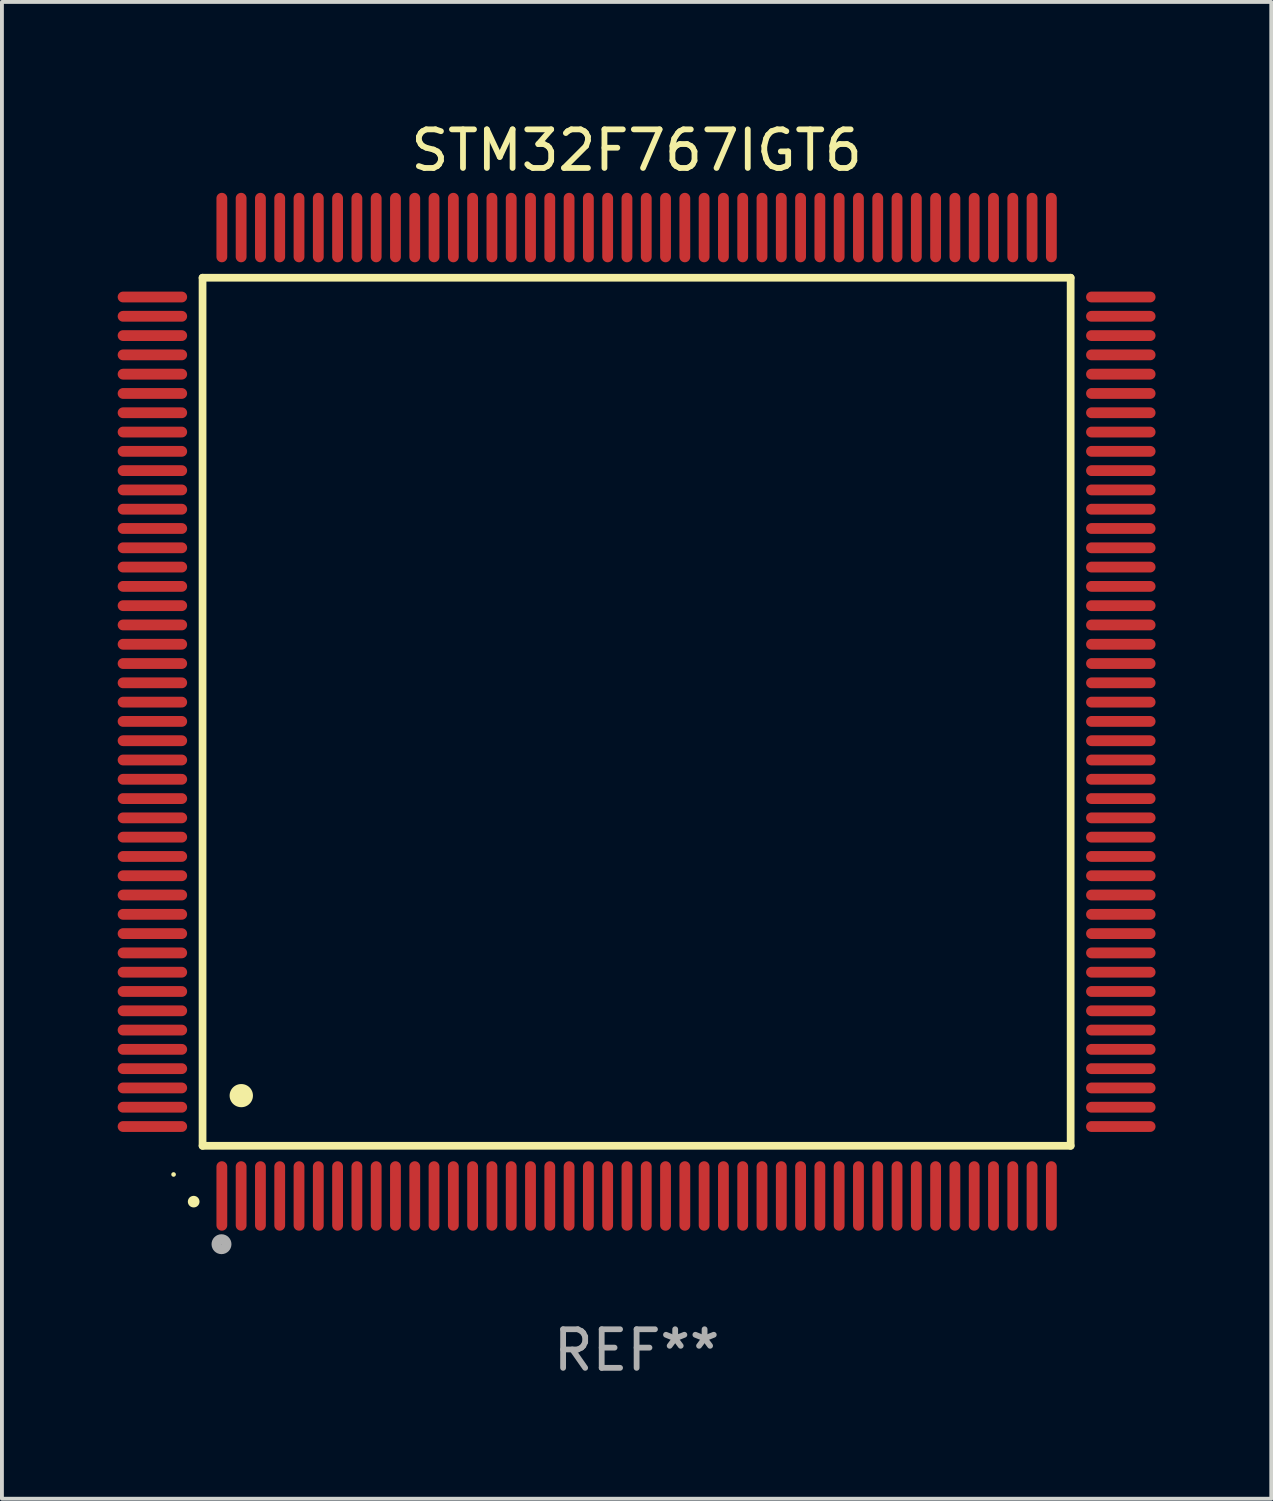
<source format=kicad_pcb>
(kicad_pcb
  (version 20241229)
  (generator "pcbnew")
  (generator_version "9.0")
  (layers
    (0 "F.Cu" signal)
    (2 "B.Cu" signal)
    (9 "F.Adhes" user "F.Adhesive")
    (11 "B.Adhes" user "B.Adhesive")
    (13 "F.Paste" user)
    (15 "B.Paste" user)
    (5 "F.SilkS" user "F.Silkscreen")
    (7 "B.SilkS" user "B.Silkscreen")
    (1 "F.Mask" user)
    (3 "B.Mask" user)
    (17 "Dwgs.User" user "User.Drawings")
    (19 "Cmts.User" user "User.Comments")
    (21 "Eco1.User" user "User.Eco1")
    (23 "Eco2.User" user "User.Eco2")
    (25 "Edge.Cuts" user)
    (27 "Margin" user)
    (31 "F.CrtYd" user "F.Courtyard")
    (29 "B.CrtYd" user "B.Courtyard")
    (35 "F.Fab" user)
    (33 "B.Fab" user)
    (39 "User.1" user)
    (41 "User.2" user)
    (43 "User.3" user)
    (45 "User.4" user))
  (footprint "STM32F767IGT6"
    (layer "F.Cu")
    (at 13.45 15.398)
    (property "Reference" "STM32F767IGT6" (at 0 -14.55 0) (layer "F.SilkS") (effects (font (size 1 1) (thickness 0.15))))
    (attr through_hole)
    (fp_line (start -11.25 -11.25) (end 11.25 -11.25) (stroke (width 0.2) (type solid)) (layer "F.SilkS"))
    (fp_line (start -11.25 11.25) (end -11.25 -11.25) (stroke (width 0.2) (type solid)) (layer "F.SilkS"))
    (fp_line (start 11.25 -11.25) (end 11.25 11.25) (stroke (width 0.2) (type solid)) (layer "F.SilkS"))
    (fp_line (start 11.25 11.25) (end -11.25 11.25) (stroke (width 0.2) (type solid)) (layer "F.SilkS"))
    (fp_arc (start -11.481382 12.697206) (mid -11.480112 12.697201) (end -11.478842 12.697206) (stroke (width 0.3) (type solid)) (layer "F.SilkS"))
    (fp_arc (start -10.24892 9.9492) (mid -10.24638 9.949189) (end -10.24384 9.9492) (stroke (width 0.6) (type solid)) (layer "F.SilkS"))
    (fp_circle (center -12.001 11.993) (end -11.971 11.993) (stroke (width 0.06) (type solid)) (fill no) (layer "F.SilkS"))
    (fp_circle (center -10.759 13.8) (end -10.628 13.8) (stroke (width 0.254) (type solid)) (fill no) (layer "F.Fab"))
    (fp_text user "REF**" (at 0 16.55 0) (layer "F.Fab") (effects (font (size 1 1) (thickness 0.15))))
    (pad "1" smd oval (at -10.75 12.55 180) (size 0.28 1.8) (layers "F.Cu" "F.Mask" "F.Paste"))
    (pad "2" smd oval (at -10.25 12.55 180) (size 0.28 1.8) (layers "F.Cu" "F.Mask" "F.Paste"))
    (pad "3" smd oval (at -9.75 12.55 180) (size 0.28 1.8) (layers "F.Cu" "F.Mask" "F.Paste"))
    (pad "4" smd oval (at -9.25 12.55 180) (size 0.28 1.8) (layers "F.Cu" "F.Mask" "F.Paste"))
    (pad "5" smd oval (at -8.75 12.55 180) (size 0.28 1.8) (layers "F.Cu" "F.Mask" "F.Paste"))
    (pad "6" smd oval (at -8.25 12.55 180) (size 0.28 1.8) (layers "F.Cu" "F.Mask" "F.Paste"))
    (pad "7" smd oval (at -7.75 12.55 180) (size 0.28 1.8) (layers "F.Cu" "F.Mask" "F.Paste"))
    (pad "8" smd oval (at -7.25 12.55 180) (size 0.28 1.8) (layers "F.Cu" "F.Mask" "F.Paste"))
    (pad "9" smd oval (at -6.75 12.55 180) (size 0.28 1.8) (layers "F.Cu" "F.Mask" "F.Paste"))
    (pad "10" smd oval (at -6.25 12.55 180) (size 0.28 1.8) (layers "F.Cu" "F.Mask" "F.Paste"))
    (pad "11" smd oval (at -5.75 12.55 180) (size 0.28 1.8) (layers "F.Cu" "F.Mask" "F.Paste"))
    (pad "12" smd oval (at -5.25 12.55 180) (size 0.28 1.8) (layers "F.Cu" "F.Mask" "F.Paste"))
    (pad "13" smd oval (at -4.75 12.55 180) (size 0.28 1.8) (layers "F.Cu" "F.Mask" "F.Paste"))
    (pad "14" smd oval (at -4.25 12.55 180) (size 0.28 1.8) (layers "F.Cu" "F.Mask" "F.Paste"))
    (pad "15" smd oval (at -3.75 12.55 180) (size 0.28 1.8) (layers "F.Cu" "F.Mask" "F.Paste"))
    (pad "16" smd oval (at -3.25 12.55 180) (size 0.28 1.8) (layers "F.Cu" "F.Mask" "F.Paste"))
    (pad "17" smd oval (at -2.75 12.55 180) (size 0.28 1.8) (layers "F.Cu" "F.Mask" "F.Paste"))
    (pad "18" smd oval (at -2.25 12.55 180) (size 0.28 1.8) (layers "F.Cu" "F.Mask" "F.Paste"))
    (pad "19" smd oval (at -1.75 12.55 180) (size 0.28 1.8) (layers "F.Cu" "F.Mask" "F.Paste"))
    (pad "20" smd oval (at -1.25 12.55 180) (size 0.28 1.8) (layers "F.Cu" "F.Mask" "F.Paste"))
    (pad "21" smd oval (at -0.75 12.55 180) (size 0.28 1.8) (layers "F.Cu" "F.Mask" "F.Paste"))
    (pad "22" smd oval (at -0.25 12.55 180) (size 0.28 1.8) (layers "F.Cu" "F.Mask" "F.Paste"))
    (pad "23" smd oval (at 0.25 12.55 180) (size 0.28 1.8) (layers "F.Cu" "F.Mask" "F.Paste"))
    (pad "24" smd oval (at 0.75 12.55 180) (size 0.28 1.8) (layers "F.Cu" "F.Mask" "F.Paste"))
    (pad "25" smd oval (at 1.25 12.55 180) (size 0.28 1.8) (layers "F.Cu" "F.Mask" "F.Paste"))
    (pad "26" smd oval (at 1.75 12.55 180) (size 0.28 1.8) (layers "F.Cu" "F.Mask" "F.Paste"))
    (pad "27" smd oval (at 2.25 12.55 180) (size 0.28 1.8) (layers "F.Cu" "F.Mask" "F.Paste"))
    (pad "28" smd oval (at 2.75 12.55 180) (size 0.28 1.8) (layers "F.Cu" "F.Mask" "F.Paste"))
    (pad "29" smd oval (at 3.25 12.55 180) (size 0.28 1.8) (layers "F.Cu" "F.Mask" "F.Paste"))
    (pad "30" smd oval (at 3.75 12.55 180) (size 0.28 1.8) (layers "F.Cu" "F.Mask" "F.Paste"))
    (pad "31" smd oval (at 4.25 12.55 180) (size 0.28 1.8) (layers "F.Cu" "F.Mask" "F.Paste"))
    (pad "32" smd oval (at 4.75 12.55 180) (size 0.28 1.8) (layers "F.Cu" "F.Mask" "F.Paste"))
    (pad "33" smd oval (at 5.25 12.55 180) (size 0.28 1.8) (layers "F.Cu" "F.Mask" "F.Paste"))
    (pad "34" smd oval (at 5.75 12.55 180) (size 0.28 1.8) (layers "F.Cu" "F.Mask" "F.Paste"))
    (pad "35" smd oval (at 6.25 12.55 180) (size 0.28 1.8) (layers "F.Cu" "F.Mask" "F.Paste"))
    (pad "36" smd oval (at 6.75 12.55 180) (size 0.28 1.8) (layers "F.Cu" "F.Mask" "F.Paste"))
    (pad "37" smd oval (at 7.25 12.55 180) (size 0.28 1.8) (layers "F.Cu" "F.Mask" "F.Paste"))
    (pad "38" smd oval (at 7.75 12.55 180) (size 0.28 1.8) (layers "F.Cu" "F.Mask" "F.Paste"))
    (pad "39" smd oval (at 8.25 12.55 180) (size 0.28 1.8) (layers "F.Cu" "F.Mask" "F.Paste"))
    (pad "40" smd oval (at 8.75 12.55 180) (size 0.28 1.8) (layers "F.Cu" "F.Mask" "F.Paste"))
    (pad "41" smd oval (at 9.25 12.55 180) (size 0.28 1.8) (layers "F.Cu" "F.Mask" "F.Paste"))
    (pad "42" smd oval (at 9.75 12.55 180) (size 0.28 1.8) (layers "F.Cu" "F.Mask" "F.Paste"))
    (pad "43" smd oval (at 10.25 12.55 180) (size 0.28 1.8) (layers "F.Cu" "F.Mask" "F.Paste"))
    (pad "44" smd oval (at 10.75 12.55 180) (size 0.28 1.8) (layers "F.Cu" "F.Mask" "F.Paste"))
    (pad "45" smd oval (at 12.55 10.75 90) (size 0.28 1.8) (layers "F.Cu" "F.Mask" "F.Paste"))
    (pad "46" smd oval (at 12.55 10.25 90) (size 0.28 1.8) (layers "F.Cu" "F.Mask" "F.Paste"))
    (pad "47" smd oval (at 12.55 9.75 90) (size 0.28 1.8) (layers "F.Cu" "F.Mask" "F.Paste"))
    (pad "48" smd oval (at 12.55 9.25 90) (size 0.28 1.8) (layers "F.Cu" "F.Mask" "F.Paste"))
    (pad "49" smd oval (at 12.55 8.75 90) (size 0.28 1.8) (layers "F.Cu" "F.Mask" "F.Paste"))
    (pad "50" smd oval (at 12.55 8.25 90) (size 0.28 1.8) (layers "F.Cu" "F.Mask" "F.Paste"))
    (pad "51" smd oval (at 12.55 7.75 90) (size 0.28 1.8) (layers "F.Cu" "F.Mask" "F.Paste"))
    (pad "52" smd oval (at 12.55 7.25 90) (size 0.28 1.8) (layers "F.Cu" "F.Mask" "F.Paste"))
    (pad "53" smd oval (at 12.55 6.75 90) (size 0.28 1.8) (layers "F.Cu" "F.Mask" "F.Paste"))
    (pad "54" smd oval (at 12.55 6.25 90) (size 0.28 1.8) (layers "F.Cu" "F.Mask" "F.Paste"))
    (pad "55" smd oval (at 12.55 5.75 90) (size 0.28 1.8) (layers "F.Cu" "F.Mask" "F.Paste"))
    (pad "56" smd oval (at 12.55 5.25 90) (size 0.28 1.8) (layers "F.Cu" "F.Mask" "F.Paste"))
    (pad "57" smd oval (at 12.55 4.75 90) (size 0.28 1.8) (layers "F.Cu" "F.Mask" "F.Paste"))
    (pad "58" smd oval (at 12.55 4.25 90) (size 0.28 1.8) (layers "F.Cu" "F.Mask" "F.Paste"))
    (pad "59" smd oval (at 12.55 3.75 90) (size 0.28 1.8) (layers "F.Cu" "F.Mask" "F.Paste"))
    (pad "60" smd oval (at 12.55 3.25 90) (size 0.28 1.8) (layers "F.Cu" "F.Mask" "F.Paste"))
    (pad "61" smd oval (at 12.55 2.75 90) (size 0.28 1.8) (layers "F.Cu" "F.Mask" "F.Paste"))
    (pad "62" smd oval (at 12.55 2.25 90) (size 0.28 1.8) (layers "F.Cu" "F.Mask" "F.Paste"))
    (pad "63" smd oval (at 12.55 1.75 90) (size 0.28 1.8) (layers "F.Cu" "F.Mask" "F.Paste"))
    (pad "64" smd oval (at 12.55 1.25 90) (size 0.28 1.8) (layers "F.Cu" "F.Mask" "F.Paste"))
    (pad "65" smd oval (at 12.55 0.75 90) (size 0.28 1.8) (layers "F.Cu" "F.Mask" "F.Paste"))
    (pad "66" smd oval (at 12.55 0.25 90) (size 0.28 1.8) (layers "F.Cu" "F.Mask" "F.Paste"))
    (pad "67" smd oval (at 12.55 -0.25 90) (size 0.28 1.8) (layers "F.Cu" "F.Mask" "F.Paste"))
    (pad "68" smd oval (at 12.55 -0.75 90) (size 0.28 1.8) (layers "F.Cu" "F.Mask" "F.Paste"))
    (pad "69" smd oval (at 12.55 -1.25 90) (size 0.28 1.8) (layers "F.Cu" "F.Mask" "F.Paste"))
    (pad "70" smd oval (at 12.55 -1.75 90) (size 0.28 1.8) (layers "F.Cu" "F.Mask" "F.Paste"))
    (pad "71" smd oval (at 12.55 -2.25 90) (size 0.28 1.8) (layers "F.Cu" "F.Mask" "F.Paste"))
    (pad "72" smd oval (at 12.55 -2.75 90) (size 0.28 1.8) (layers "F.Cu" "F.Mask" "F.Paste"))
    (pad "73" smd oval (at 12.55 -3.25 90) (size 0.28 1.8) (layers "F.Cu" "F.Mask" "F.Paste"))
    (pad "74" smd oval (at 12.55 -3.75 90) (size 0.28 1.8) (layers "F.Cu" "F.Mask" "F.Paste"))
    (pad "75" smd oval (at 12.55 -4.25 90) (size 0.28 1.8) (layers "F.Cu" "F.Mask" "F.Paste"))
    (pad "76" smd oval (at 12.55 -4.75 90) (size 0.28 1.8) (layers "F.Cu" "F.Mask" "F.Paste"))
    (pad "77" smd oval (at 12.55 -5.25 90) (size 0.28 1.8) (layers "F.Cu" "F.Mask" "F.Paste"))
    (pad "78" smd oval (at 12.55 -5.75 90) (size 0.28 1.8) (layers "F.Cu" "F.Mask" "F.Paste"))
    (pad "79" smd oval (at 12.55 -6.25 90) (size 0.28 1.8) (layers "F.Cu" "F.Mask" "F.Paste"))
    (pad "80" smd oval (at 12.55 -6.75 90) (size 0.28 1.8) (layers "F.Cu" "F.Mask" "F.Paste"))
    (pad "81" smd oval (at 12.55 -7.25 90) (size 0.28 1.8) (layers "F.Cu" "F.Mask" "F.Paste"))
    (pad "82" smd oval (at 12.55 -7.75 90) (size 0.28 1.8) (layers "F.Cu" "F.Mask" "F.Paste"))
    (pad "83" smd oval (at 12.55 -8.25 90) (size 0.28 1.8) (layers "F.Cu" "F.Mask" "F.Paste"))
    (pad "84" smd oval (at 12.55 -8.75 90) (size 0.28 1.8) (layers "F.Cu" "F.Mask" "F.Paste"))
    (pad "85" smd oval (at 12.55 -9.25 90) (size 0.28 1.8) (layers "F.Cu" "F.Mask" "F.Paste"))
    (pad "86" smd oval (at 12.55 -9.75 90) (size 0.28 1.8) (layers "F.Cu" "F.Mask" "F.Paste"))
    (pad "87" smd oval (at 12.55 -10.25 90) (size 0.28 1.8) (layers "F.Cu" "F.Mask" "F.Paste"))
    (pad "88" smd oval (at 12.55 -10.75 90) (size 0.28 1.8) (layers "F.Cu" "F.Mask" "F.Paste"))
    (pad "89" smd oval (at 10.75 -12.55 180) (size 0.28 1.8) (layers "F.Cu" "F.Mask" "F.Paste"))
    (pad "90" smd oval (at 10.25 -12.55 180) (size 0.28 1.8) (layers "F.Cu" "F.Mask" "F.Paste"))
    (pad "91" smd oval (at 9.75 -12.55 180) (size 0.28 1.8) (layers "F.Cu" "F.Mask" "F.Paste"))
    (pad "92" smd oval (at 9.25 -12.55 180) (size 0.28 1.8) (layers "F.Cu" "F.Mask" "F.Paste"))
    (pad "93" smd oval (at 8.75 -12.55 180) (size 0.28 1.8) (layers "F.Cu" "F.Mask" "F.Paste"))
    (pad "94" smd oval (at 8.25 -12.55 180) (size 0.28 1.8) (layers "F.Cu" "F.Mask" "F.Paste"))
    (pad "95" smd oval (at 7.75 -12.55 180) (size 0.28 1.8) (layers "F.Cu" "F.Mask" "F.Paste"))
    (pad "96" smd oval (at 7.25 -12.55 180) (size 0.28 1.8) (layers "F.Cu" "F.Mask" "F.Paste"))
    (pad "97" smd oval (at 6.75 -12.55 180) (size 0.28 1.8) (layers "F.Cu" "F.Mask" "F.Paste"))
    (pad "98" smd oval (at 6.25 -12.55 180) (size 0.28 1.8) (layers "F.Cu" "F.Mask" "F.Paste"))
    (pad "99" smd oval (at 5.75 -12.55 180) (size 0.28 1.8) (layers "F.Cu" "F.Mask" "F.Paste"))
    (pad "100" smd oval (at 5.25 -12.55 180) (size 0.28 1.8) (layers "F.Cu" "F.Mask" "F.Paste"))
    (pad "101" smd oval (at 4.75 -12.55 180) (size 0.28 1.8) (layers "F.Cu" "F.Mask" "F.Paste"))
    (pad "102" smd oval (at 4.25 -12.55 180) (size 0.28 1.8) (layers "F.Cu" "F.Mask" "F.Paste"))
    (pad "103" smd oval (at 3.75 -12.55 180) (size 0.28 1.8) (layers "F.Cu" "F.Mask" "F.Paste"))
    (pad "104" smd oval (at 3.25 -12.55 180) (size 0.28 1.8) (layers "F.Cu" "F.Mask" "F.Paste"))
    (pad "105" smd oval (at 2.75 -12.55 180) (size 0.28 1.8) (layers "F.Cu" "F.Mask" "F.Paste"))
    (pad "106" smd oval (at 2.25 -12.55 180) (size 0.28 1.8) (layers "F.Cu" "F.Mask" "F.Paste"))
    (pad "107" smd oval (at 1.75 -12.55 180) (size 0.28 1.8) (layers "F.Cu" "F.Mask" "F.Paste"))
    (pad "108" smd oval (at 1.25 -12.55 180) (size 0.28 1.8) (layers "F.Cu" "F.Mask" "F.Paste"))
    (pad "109" smd oval (at 0.75 -12.55 180) (size 0.28 1.8) (layers "F.Cu" "F.Mask" "F.Paste"))
    (pad "110" smd oval (at 0.25 -12.55 180) (size 0.28 1.8) (layers "F.Cu" "F.Mask" "F.Paste"))
    (pad "111" smd oval (at -0.25 -12.55 180) (size 0.28 1.8) (layers "F.Cu" "F.Mask" "F.Paste"))
    (pad "112" smd oval (at -0.75 -12.55 180) (size 0.28 1.8) (layers "F.Cu" "F.Mask" "F.Paste"))
    (pad "113" smd oval (at -1.25 -12.55 180) (size 0.28 1.8) (layers "F.Cu" "F.Mask" "F.Paste"))
    (pad "114" smd oval (at -1.75 -12.55 180) (size 0.28 1.8) (layers "F.Cu" "F.Mask" "F.Paste"))
    (pad "115" smd oval (at -2.25 -12.55 180) (size 0.28 1.8) (layers "F.Cu" "F.Mask" "F.Paste"))
    (pad "116" smd oval (at -2.75 -12.55 180) (size 0.28 1.8) (layers "F.Cu" "F.Mask" "F.Paste"))
    (pad "117" smd oval (at -3.25 -12.55 180) (size 0.28 1.8) (layers "F.Cu" "F.Mask" "F.Paste"))
    (pad "118" smd oval (at -3.75 -12.55 180) (size 0.28 1.8) (layers "F.Cu" "F.Mask" "F.Paste"))
    (pad "119" smd oval (at -4.25 -12.55 180) (size 0.28 1.8) (layers "F.Cu" "F.Mask" "F.Paste"))
    (pad "120" smd oval (at -4.75 -12.55 180) (size 0.28 1.8) (layers "F.Cu" "F.Mask" "F.Paste"))
    (pad "121" smd oval (at -5.25 -12.55 180) (size 0.28 1.8) (layers "F.Cu" "F.Mask" "F.Paste"))
    (pad "122" smd oval (at -5.75 -12.55 180) (size 0.28 1.8) (layers "F.Cu" "F.Mask" "F.Paste"))
    (pad "123" smd oval (at -6.25 -12.55 180) (size 0.28 1.8) (layers "F.Cu" "F.Mask" "F.Paste"))
    (pad "124" smd oval (at -6.75 -12.55 180) (size 0.28 1.8) (layers "F.Cu" "F.Mask" "F.Paste"))
    (pad "125" smd oval (at -7.25 -12.55 180) (size 0.28 1.8) (layers "F.Cu" "F.Mask" "F.Paste"))
    (pad "126" smd oval (at -7.75 -12.55 180) (size 0.28 1.8) (layers "F.Cu" "F.Mask" "F.Paste"))
    (pad "127" smd oval (at -8.25 -12.55 180) (size 0.28 1.8) (layers "F.Cu" "F.Mask" "F.Paste"))
    (pad "128" smd oval (at -8.75 -12.55 180) (size 0.28 1.8) (layers "F.Cu" "F.Mask" "F.Paste"))
    (pad "129" smd oval (at -9.25 -12.55 180) (size 0.28 1.8) (layers "F.Cu" "F.Mask" "F.Paste"))
    (pad "130" smd oval (at -9.75 -12.55 180) (size 0.28 1.8) (layers "F.Cu" "F.Mask" "F.Paste"))
    (pad "131" smd oval (at -10.25 -12.55 180) (size 0.28 1.8) (layers "F.Cu" "F.Mask" "F.Paste"))
    (pad "132" smd oval (at -10.75 -12.55 180) (size 0.28 1.8) (layers "F.Cu" "F.Mask" "F.Paste"))
    (pad "133" smd oval (at -12.55 -10.75 90) (size 0.28 1.8) (layers "F.Cu" "F.Mask" "F.Paste"))
    (pad "134" smd oval (at -12.55 -10.25 90) (size 0.28 1.8) (layers "F.Cu" "F.Mask" "F.Paste"))
    (pad "135" smd oval (at -12.55 -9.75 90) (size 0.28 1.8) (layers "F.Cu" "F.Mask" "F.Paste"))
    (pad "136" smd oval (at -12.55 -9.25 90) (size 0.28 1.8) (layers "F.Cu" "F.Mask" "F.Paste"))
    (pad "137" smd oval (at -12.55 -8.75 90) (size 0.28 1.8) (layers "F.Cu" "F.Mask" "F.Paste"))
    (pad "138" smd oval (at -12.55 -8.25 90) (size 0.28 1.8) (layers "F.Cu" "F.Mask" "F.Paste"))
    (pad "139" smd oval (at -12.55 -7.75 90) (size 0.28 1.8) (layers "F.Cu" "F.Mask" "F.Paste"))
    (pad "140" smd oval (at -12.55 -7.25 90) (size 0.28 1.8) (layers "F.Cu" "F.Mask" "F.Paste"))
    (pad "141" smd oval (at -12.55 -6.75 90) (size 0.28 1.8) (layers "F.Cu" "F.Mask" "F.Paste"))
    (pad "142" smd oval (at -12.55 -6.25 90) (size 0.28 1.8) (layers "F.Cu" "F.Mask" "F.Paste"))
    (pad "143" smd oval (at -12.55 -5.75 90) (size 0.28 1.8) (layers "F.Cu" "F.Mask" "F.Paste"))
    (pad "144" smd oval (at -12.55 -5.25 90) (size 0.28 1.8) (layers "F.Cu" "F.Mask" "F.Paste"))
    (pad "145" smd oval (at -12.55 -4.75 90) (size 0.28 1.8) (layers "F.Cu" "F.Mask" "F.Paste"))
    (pad "146" smd oval (at -12.55 -4.25 90) (size 0.28 1.8) (layers "F.Cu" "F.Mask" "F.Paste"))
    (pad "147" smd oval (at -12.55 -3.75 90) (size 0.28 1.8) (layers "F.Cu" "F.Mask" "F.Paste"))
    (pad "148" smd oval (at -12.55 -3.25 90) (size 0.28 1.8) (layers "F.Cu" "F.Mask" "F.Paste"))
    (pad "149" smd oval (at -12.55 -2.75 90) (size 0.28 1.8) (layers "F.Cu" "F.Mask" "F.Paste"))
    (pad "150" smd oval (at -12.55 -2.25 90) (size 0.28 1.8) (layers "F.Cu" "F.Mask" "F.Paste"))
    (pad "151" smd oval (at -12.55 -1.75 90) (size 0.28 1.8) (layers "F.Cu" "F.Mask" "F.Paste"))
    (pad "152" smd oval (at -12.55 -1.25 90) (size 0.28 1.8) (layers "F.Cu" "F.Mask" "F.Paste"))
    (pad "153" smd oval (at -12.55 -0.75 90) (size 0.28 1.8) (layers "F.Cu" "F.Mask" "F.Paste"))
    (pad "154" smd oval (at -12.55 -0.25 90) (size 0.28 1.8) (layers "F.Cu" "F.Mask" "F.Paste"))
    (pad "155" smd oval (at -12.55 0.25 90) (size 0.28 1.8) (layers "F.Cu" "F.Mask" "F.Paste"))
    (pad "156" smd oval (at -12.55 0.75 90) (size 0.28 1.8) (layers "F.Cu" "F.Mask" "F.Paste"))
    (pad "157" smd oval (at -12.55 1.25 90) (size 0.28 1.8) (layers "F.Cu" "F.Mask" "F.Paste"))
    (pad "158" smd oval (at -12.55 1.75 90) (size 0.28 1.8) (layers "F.Cu" "F.Mask" "F.Paste"))
    (pad "159" smd oval (at -12.55 2.25 90) (size 0.28 1.8) (layers "F.Cu" "F.Mask" "F.Paste"))
    (pad "160" smd oval (at -12.55 2.75 90) (size 0.28 1.8) (layers "F.Cu" "F.Mask" "F.Paste"))
    (pad "161" smd oval (at -12.55 3.25 90) (size 0.28 1.8) (layers "F.Cu" "F.Mask" "F.Paste"))
    (pad "162" smd oval (at -12.55 3.75 90) (size 0.28 1.8) (layers "F.Cu" "F.Mask" "F.Paste"))
    (pad "163" smd oval (at -12.55 4.25 90) (size 0.28 1.8) (layers "F.Cu" "F.Mask" "F.Paste"))
    (pad "164" smd oval (at -12.55 4.75 90) (size 0.28 1.8) (layers "F.Cu" "F.Mask" "F.Paste"))
    (pad "165" smd oval (at -12.55 5.25 90) (size 0.28 1.8) (layers "F.Cu" "F.Mask" "F.Paste"))
    (pad "166" smd oval (at -12.55 5.75 90) (size 0.28 1.8) (layers "F.Cu" "F.Mask" "F.Paste"))
    (pad "167" smd oval (at -12.55 6.25 90) (size 0.28 1.8) (layers "F.Cu" "F.Mask" "F.Paste"))
    (pad "168" smd oval (at -12.55 6.75 90) (size 0.28 1.8) (layers "F.Cu" "F.Mask" "F.Paste"))
    (pad "169" smd oval (at -12.55 7.25 90) (size 0.28 1.8) (layers "F.Cu" "F.Mask" "F.Paste"))
    (pad "170" smd oval (at -12.55 7.75 90) (size 0.28 1.8) (layers "F.Cu" "F.Mask" "F.Paste"))
    (pad "171" smd oval (at -12.55 8.25 90) (size 0.28 1.8) (layers "F.Cu" "F.Mask" "F.Paste"))
    (pad "172" smd oval (at -12.55 8.75 90) (size 0.28 1.8) (layers "F.Cu" "F.Mask" "F.Paste"))
    (pad "173" smd oval (at -12.55 9.25 90) (size 0.28 1.8) (layers "F.Cu" "F.Mask" "F.Paste"))
    (pad "174" smd oval (at -12.55 9.75 90) (size 0.28 1.8) (layers "F.Cu" "F.Mask" "F.Paste"))
    (pad "175" smd oval (at -12.55 10.25 90) (size 0.28 1.8) (layers "F.Cu" "F.Mask" "F.Paste"))
    (pad "176" smd oval (at -12.55 10.75 90) (size 0.28 1.8) (layers "F.Cu" "F.Mask" "F.Paste")))
  (gr_rect
    (start -3 -3)
    (end 29.9 35.796)
    (stroke (width 0.1) (type default))
    (fill no)
    (layer "Edge.Cuts")))
</source>
